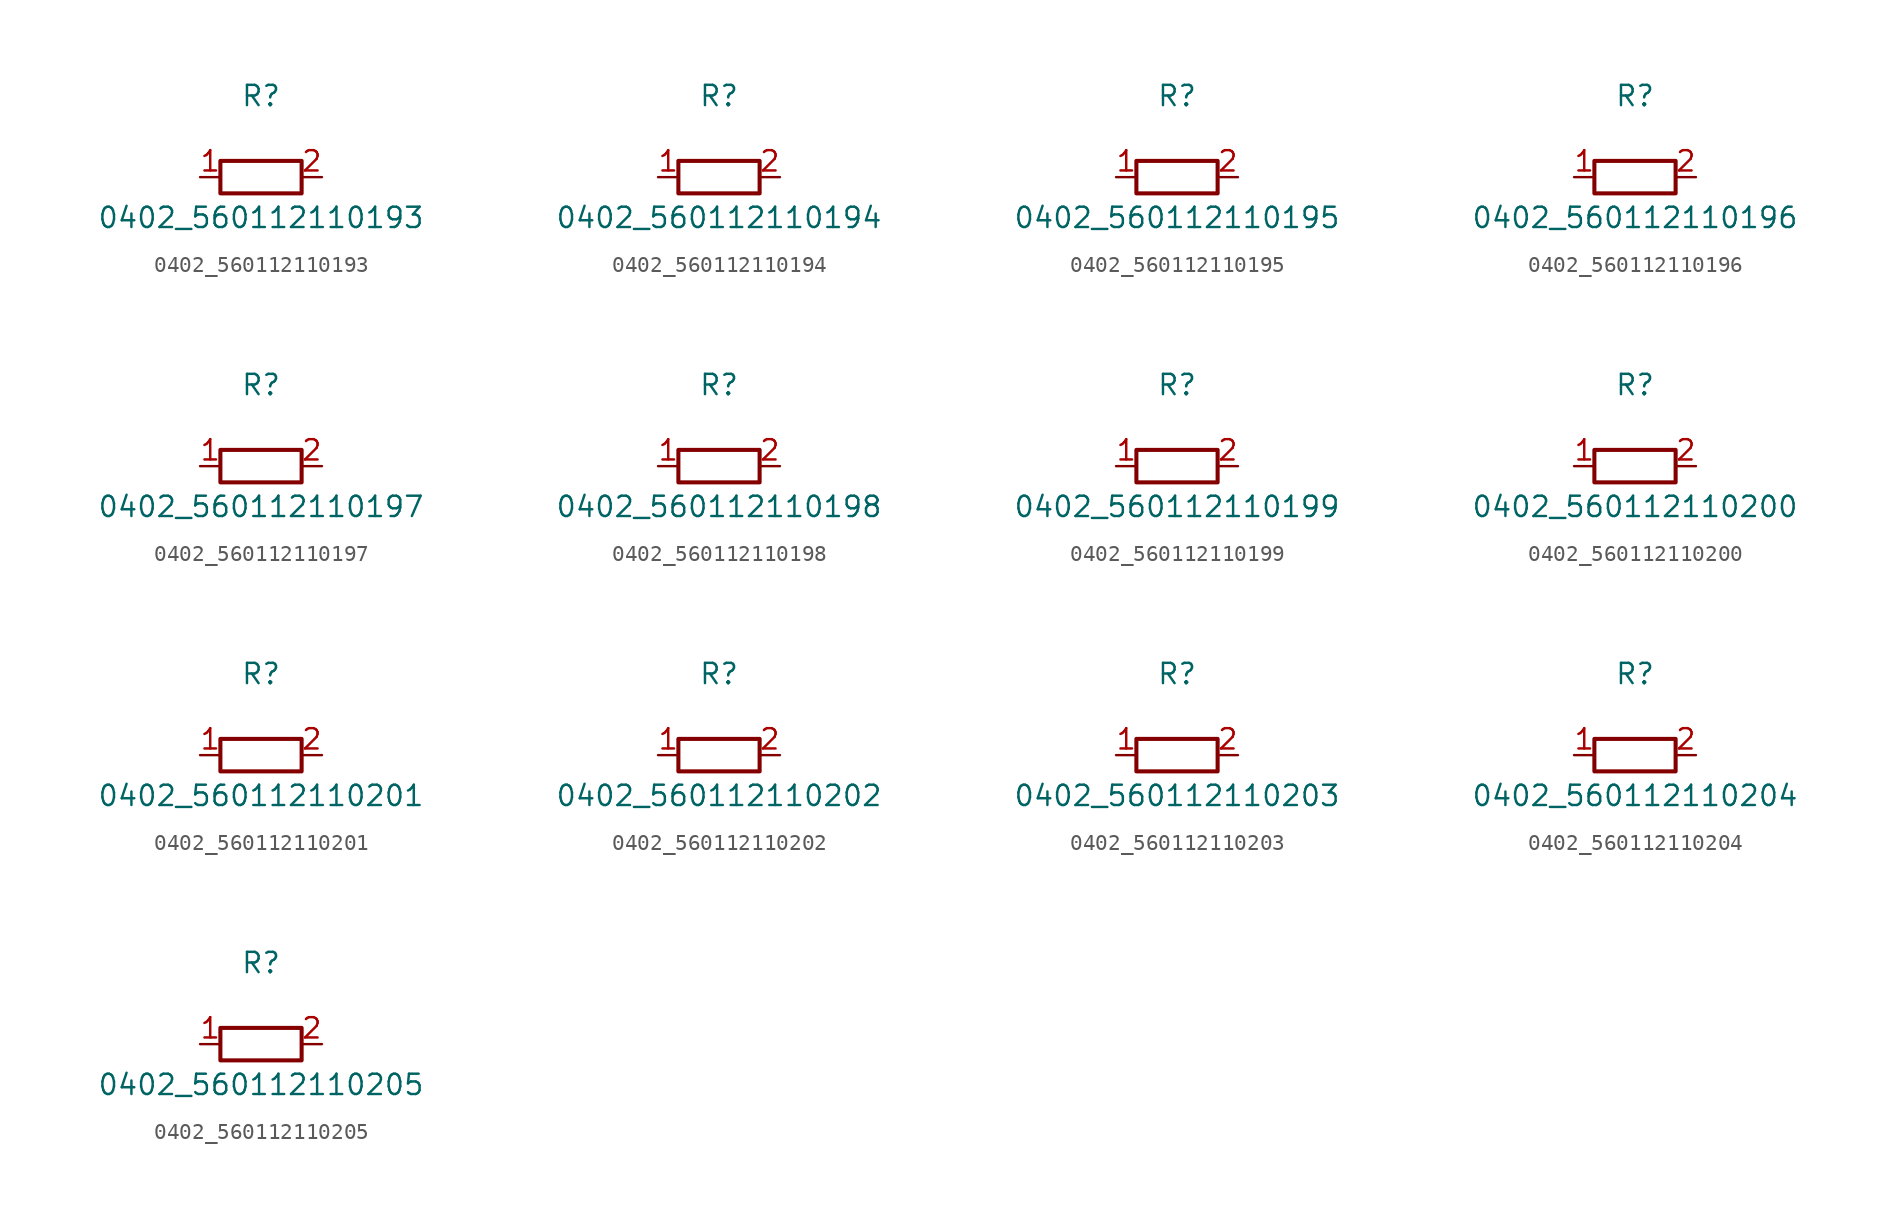
<source format=kicad_sym>
(kicad_symbol_lib
  (version 20220914)
  (generator kicad_symbol_editor)
  (symbol "0402_560112110193"
    (pin_names hide)
    (property "Reference" "R"
      (at 0 5.08 0)
      (effects (font (size 1.27 1.27))))
    (property "Value" "0402_560112110193"
      (at 0 -2.54 0)
      (effects (font (size 1.27 1.27))))
    (symbol "0402_560112110193_0_1"
      (rectangle (start -2.54 -1.016) (end 2.54 1.016) (stroke (width 0.254) (type default)) (fill (type none))))
    (symbol "0402_560112110193_1_1"
      (pin passive line (at -3.81 0 0) (length 1.27) (name "~" (effects (font (size 1.27 1.27)))) (number "1" (effects (font (size 1.27 1.27)))))
      (pin passive line (at 3.81 0 180) (length 1.27) (name "~" (effects (font (size 1.27 1.27)))) (number "2" (effects (font (size 1.27 1.27)))))))
  (symbol "0402_560112110194"
    (pin_names hide)
    (property "Reference" "R"
      (at 0 5.08 0)
      (effects (font (size 1.27 1.27))))
    (property "Value" "0402_560112110194"
      (at 0 -2.54 0)
      (effects (font (size 1.27 1.27))))
    (symbol "0402_560112110194_0_1"
      (rectangle (start -2.54 -1.016) (end 2.54 1.016) (stroke (width 0.254) (type default)) (fill (type none))))
    (symbol "0402_560112110194_1_1"
      (pin passive line (at -3.81 0 0) (length 1.27) (name "~" (effects (font (size 1.27 1.27)))) (number "1" (effects (font (size 1.27 1.27)))))
      (pin passive line (at 3.81 0 180) (length 1.27) (name "~" (effects (font (size 1.27 1.27)))) (number "2" (effects (font (size 1.27 1.27)))))))
  (symbol "0402_560112110195"
    (pin_names hide)
    (property "Reference" "R"
      (at 0 5.08 0)
      (effects (font (size 1.27 1.27))))
    (property "Value" "0402_560112110195"
      (at 0 -2.54 0)
      (effects (font (size 1.27 1.27))))
    (symbol "0402_560112110195_0_1"
      (rectangle (start -2.54 -1.016) (end 2.54 1.016) (stroke (width 0.254) (type default)) (fill (type none))))
    (symbol "0402_560112110195_1_1"
      (pin passive line (at -3.81 0 0) (length 1.27) (name "~" (effects (font (size 1.27 1.27)))) (number "1" (effects (font (size 1.27 1.27)))))
      (pin passive line (at 3.81 0 180) (length 1.27) (name "~" (effects (font (size 1.27 1.27)))) (number "2" (effects (font (size 1.27 1.27)))))))
  (symbol "0402_560112110196"
    (pin_names hide)
    (property "Reference" "R"
      (at 0 5.08 0)
      (effects (font (size 1.27 1.27))))
    (property "Value" "0402_560112110196"
      (at 0 -2.54 0)
      (effects (font (size 1.27 1.27))))
    (symbol "0402_560112110196_0_1"
      (rectangle (start -2.54 -1.016) (end 2.54 1.016) (stroke (width 0.254) (type default)) (fill (type none))))
    (symbol "0402_560112110196_1_1"
      (pin passive line (at -3.81 0 0) (length 1.27) (name "~" (effects (font (size 1.27 1.27)))) (number "1" (effects (font (size 1.27 1.27)))))
      (pin passive line (at 3.81 0 180) (length 1.27) (name "~" (effects (font (size 1.27 1.27)))) (number "2" (effects (font (size 1.27 1.27)))))))
  (symbol "0402_560112110197"
    (pin_names hide)
    (property "Reference" "R"
      (at 0 5.08 0)
      (effects (font (size 1.27 1.27))))
    (property "Value" "0402_560112110197"
      (at 0 -2.54 0)
      (effects (font (size 1.27 1.27))))
    (symbol "0402_560112110197_0_1"
      (rectangle (start -2.54 -1.016) (end 2.54 1.016) (stroke (width 0.254) (type default)) (fill (type none))))
    (symbol "0402_560112110197_1_1"
      (pin passive line (at -3.81 0 0) (length 1.27) (name "~" (effects (font (size 1.27 1.27)))) (number "1" (effects (font (size 1.27 1.27)))))
      (pin passive line (at 3.81 0 180) (length 1.27) (name "~" (effects (font (size 1.27 1.27)))) (number "2" (effects (font (size 1.27 1.27)))))))
  (symbol "0402_560112110198"
    (pin_names hide)
    (property "Reference" "R"
      (at 0 5.08 0)
      (effects (font (size 1.27 1.27))))
    (property "Value" "0402_560112110198"
      (at 0 -2.54 0)
      (effects (font (size 1.27 1.27))))
    (symbol "0402_560112110198_0_1"
      (rectangle (start -2.54 -1.016) (end 2.54 1.016) (stroke (width 0.254) (type default)) (fill (type none))))
    (symbol "0402_560112110198_1_1"
      (pin passive line (at -3.81 0 0) (length 1.27) (name "~" (effects (font (size 1.27 1.27)))) (number "1" (effects (font (size 1.27 1.27)))))
      (pin passive line (at 3.81 0 180) (length 1.27) (name "~" (effects (font (size 1.27 1.27)))) (number "2" (effects (font (size 1.27 1.27)))))))
  (symbol "0402_560112110199"
    (pin_names hide)
    (property "Reference" "R"
      (at 0 5.08 0)
      (effects (font (size 1.27 1.27))))
    (property "Value" "0402_560112110199"
      (at 0 -2.54 0)
      (effects (font (size 1.27 1.27))))
    (symbol "0402_560112110199_0_1"
      (rectangle (start -2.54 -1.016) (end 2.54 1.016) (stroke (width 0.254) (type default)) (fill (type none))))
    (symbol "0402_560112110199_1_1"
      (pin passive line (at -3.81 0 0) (length 1.27) (name "~" (effects (font (size 1.27 1.27)))) (number "1" (effects (font (size 1.27 1.27)))))
      (pin passive line (at 3.81 0 180) (length 1.27) (name "~" (effects (font (size 1.27 1.27)))) (number "2" (effects (font (size 1.27 1.27)))))))
  (symbol "0402_560112110200"
    (pin_names hide)
    (property "Reference" "R"
      (at 0 5.08 0)
      (effects (font (size 1.27 1.27))))
    (property "Value" "0402_560112110200"
      (at 0 -2.54 0)
      (effects (font (size 1.27 1.27))))
    (symbol "0402_560112110200_0_1"
      (rectangle (start -2.54 -1.016) (end 2.54 1.016) (stroke (width 0.254) (type default)) (fill (type none))))
    (symbol "0402_560112110200_1_1"
      (pin passive line (at -3.81 0 0) (length 1.27) (name "~" (effects (font (size 1.27 1.27)))) (number "1" (effects (font (size 1.27 1.27)))))
      (pin passive line (at 3.81 0 180) (length 1.27) (name "~" (effects (font (size 1.27 1.27)))) (number "2" (effects (font (size 1.27 1.27)))))))
  (symbol "0402_560112110201"
    (pin_names hide)
    (property "Reference" "R"
      (at 0 5.08 0)
      (effects (font (size 1.27 1.27))))
    (property "Value" "0402_560112110201"
      (at 0 -2.54 0)
      (effects (font (size 1.27 1.27))))
    (symbol "0402_560112110201_0_1"
      (rectangle (start -2.54 -1.016) (end 2.54 1.016) (stroke (width 0.254) (type default)) (fill (type none))))
    (symbol "0402_560112110201_1_1"
      (pin passive line (at -3.81 0 0) (length 1.27) (name "~" (effects (font (size 1.27 1.27)))) (number "1" (effects (font (size 1.27 1.27)))))
      (pin passive line (at 3.81 0 180) (length 1.27) (name "~" (effects (font (size 1.27 1.27)))) (number "2" (effects (font (size 1.27 1.27)))))))
  (symbol "0402_560112110202"
    (pin_names hide)
    (property "Reference" "R"
      (at 0 5.08 0)
      (effects (font (size 1.27 1.27))))
    (property "Value" "0402_560112110202"
      (at 0 -2.54 0)
      (effects (font (size 1.27 1.27))))
    (symbol "0402_560112110202_0_1"
      (rectangle (start -2.54 -1.016) (end 2.54 1.016) (stroke (width 0.254) (type default)) (fill (type none))))
    (symbol "0402_560112110202_1_1"
      (pin passive line (at -3.81 0 0) (length 1.27) (name "~" (effects (font (size 1.27 1.27)))) (number "1" (effects (font (size 1.27 1.27)))))
      (pin passive line (at 3.81 0 180) (length 1.27) (name "~" (effects (font (size 1.27 1.27)))) (number "2" (effects (font (size 1.27 1.27)))))))
  (symbol "0402_560112110203"
    (pin_names hide)
    (property "Reference" "R"
      (at 0 5.08 0)
      (effects (font (size 1.27 1.27))))
    (property "Value" "0402_560112110203"
      (at 0 -2.54 0)
      (effects (font (size 1.27 1.27))))
    (symbol "0402_560112110203_0_1"
      (rectangle (start -2.54 -1.016) (end 2.54 1.016) (stroke (width 0.254) (type default)) (fill (type none))))
    (symbol "0402_560112110203_1_1"
      (pin passive line (at -3.81 0 0) (length 1.27) (name "~" (effects (font (size 1.27 1.27)))) (number "1" (effects (font (size 1.27 1.27)))))
      (pin passive line (at 3.81 0 180) (length 1.27) (name "~" (effects (font (size 1.27 1.27)))) (number "2" (effects (font (size 1.27 1.27)))))))
  (symbol "0402_560112110204"
    (pin_names hide)
    (property "Reference" "R"
      (at 0 5.08 0)
      (effects (font (size 1.27 1.27))))
    (property "Value" "0402_560112110204"
      (at 0 -2.54 0)
      (effects (font (size 1.27 1.27))))
    (symbol "0402_560112110204_0_1"
      (rectangle (start -2.54 -1.016) (end 2.54 1.016) (stroke (width 0.254) (type default)) (fill (type none))))
    (symbol "0402_560112110204_1_1"
      (pin passive line (at -3.81 0 0) (length 1.27) (name "~" (effects (font (size 1.27 1.27)))) (number "1" (effects (font (size 1.27 1.27)))))
      (pin passive line (at 3.81 0 180) (length 1.27) (name "~" (effects (font (size 1.27 1.27)))) (number "2" (effects (font (size 1.27 1.27)))))))
  (symbol "0402_560112110205"
    (pin_names hide)
    (property "Reference" "R"
      (at 0 5.08 0)
      (effects (font (size 1.27 1.27))))
    (property "Value" "0402_560112110205"
      (at 0 -2.54 0)
      (effects (font (size 1.27 1.27))))
    (symbol "0402_560112110205_0_1"
      (rectangle (start -2.54 -1.016) (end 2.54 1.016) (stroke (width 0.254) (type default)) (fill (type none))))
    (symbol "0402_560112110205_1_1"
      (pin passive line (at -3.81 0 0) (length 1.27) (name "~" (effects (font (size 1.27 1.27)))) (number "1" (effects (font (size 1.27 1.27)))))
      (pin passive line (at 3.81 0 180) (length 1.27) (name "~" (effects (font (size 1.27 1.27)))) (number "2" (effects (font (size 1.27 1.27))))))))
</source>
